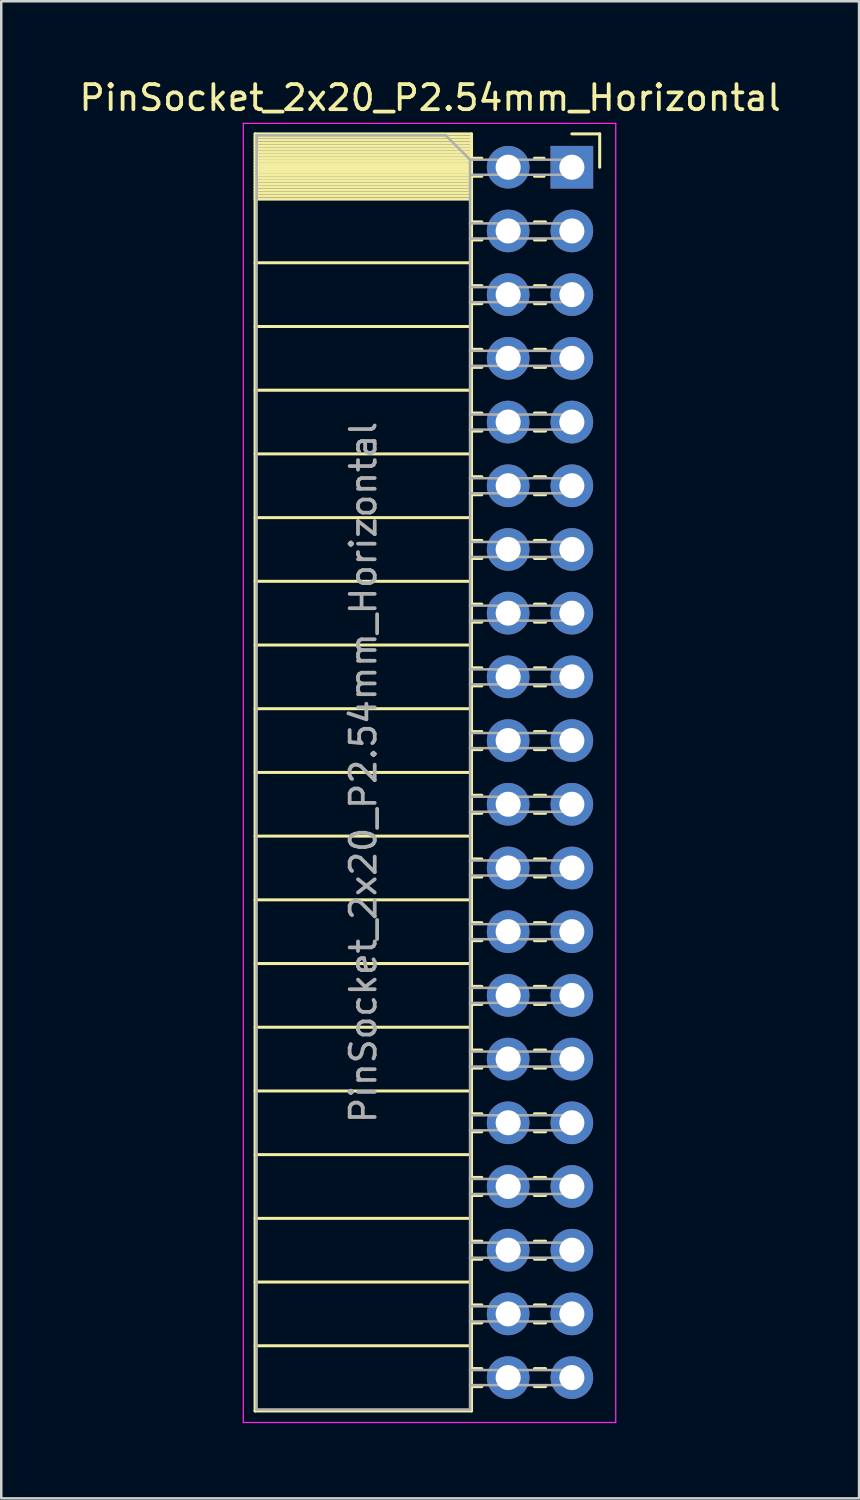
<source format=kicad_pcb>
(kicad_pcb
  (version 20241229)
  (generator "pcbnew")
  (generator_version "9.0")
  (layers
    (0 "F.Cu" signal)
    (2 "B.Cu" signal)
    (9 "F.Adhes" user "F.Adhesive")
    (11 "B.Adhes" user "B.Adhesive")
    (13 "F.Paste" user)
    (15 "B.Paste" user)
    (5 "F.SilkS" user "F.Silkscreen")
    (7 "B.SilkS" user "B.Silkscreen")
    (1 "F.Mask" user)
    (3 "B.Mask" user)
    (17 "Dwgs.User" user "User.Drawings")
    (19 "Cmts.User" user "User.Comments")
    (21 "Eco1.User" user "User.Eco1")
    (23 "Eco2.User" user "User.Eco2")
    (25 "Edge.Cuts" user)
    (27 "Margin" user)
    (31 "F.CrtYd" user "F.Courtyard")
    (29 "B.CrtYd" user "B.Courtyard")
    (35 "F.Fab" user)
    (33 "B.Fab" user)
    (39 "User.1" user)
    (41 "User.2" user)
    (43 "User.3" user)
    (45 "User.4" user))
  (footprint "PinSocket_2x20_P2.54mm_Horizontal"
    (layer "F.Cu")
    (at 19.751 3.618)
    (property "Reference" "PinSocket_2x20_P2.54mm_Horizontal" (at -5.65 -2.77 0) (layer "F.SilkS") (effects (font (size 1 1) (thickness 0.15))))
    (attr through_hole)
    (fp_line (start -12.63 -1.33) (end -12.63 49.59) (stroke (width 0.12) (type solid)) (layer "F.SilkS"))
    (fp_line (start -12.63 -1.33) (end -4 -1.33) (stroke (width 0.12) (type solid)) (layer "F.SilkS"))
    (fp_line (start -12.63 -1.21) (end -4 -1.21) (stroke (width 0.12) (type solid)) (layer "F.SilkS"))
    (fp_line (start -12.63 -1.092) (end -4 -1.092) (stroke (width 0.12) (type solid)) (layer "F.SilkS"))
    (fp_line (start -12.63 -0.974) (end -4 -0.974) (stroke (width 0.12) (type solid)) (layer "F.SilkS"))
    (fp_line (start -12.63 -0.856) (end -4 -0.856) (stroke (width 0.12) (type solid)) (layer "F.SilkS"))
    (fp_line (start -12.63 -0.738) (end -4 -0.738) (stroke (width 0.12) (type solid)) (layer "F.SilkS"))
    (fp_line (start -12.63 -0.62) (end -4 -0.62) (stroke (width 0.12) (type solid)) (layer "F.SilkS"))
    (fp_line (start -12.63 -0.501) (end -4 -0.501) (stroke (width 0.12) (type solid)) (layer "F.SilkS"))
    (fp_line (start -12.63 -0.383) (end -4 -0.383) (stroke (width 0.12) (type solid)) (layer "F.SilkS"))
    (fp_line (start -12.63 -0.265) (end -4 -0.265) (stroke (width 0.12) (type solid)) (layer "F.SilkS"))
    (fp_line (start -12.63 -0.147) (end -4 -0.147) (stroke (width 0.12) (type solid)) (layer "F.SilkS"))
    (fp_line (start -12.63 -0.029) (end -4 -0.029) (stroke (width 0.12) (type solid)) (layer "F.SilkS"))
    (fp_line (start -12.63 0.089) (end -4 0.089) (stroke (width 0.12) (type solid)) (layer "F.SilkS"))
    (fp_line (start -12.63 0.207) (end -4 0.207) (stroke (width 0.12) (type solid)) (layer "F.SilkS"))
    (fp_line (start -12.63 0.325) (end -4 0.325) (stroke (width 0.12) (type solid)) (layer "F.SilkS"))
    (fp_line (start -12.63 0.443) (end -4 0.443) (stroke (width 0.12) (type solid)) (layer "F.SilkS"))
    (fp_line (start -12.63 0.561) (end -4 0.561) (stroke (width 0.12) (type solid)) (layer "F.SilkS"))
    (fp_line (start -12.63 0.68) (end -4 0.68) (stroke (width 0.12) (type solid)) (layer "F.SilkS"))
    (fp_line (start -12.63 0.798) (end -4 0.798) (stroke (width 0.12) (type solid)) (layer "F.SilkS"))
    (fp_line (start -12.63 0.916) (end -4 0.916) (stroke (width 0.12) (type solid)) (layer "F.SilkS"))
    (fp_line (start -12.63 1.034) (end -4 1.034) (stroke (width 0.12) (type solid)) (layer "F.SilkS"))
    (fp_line (start -12.63 1.152) (end -4 1.152) (stroke (width 0.12) (type solid)) (layer "F.SilkS"))
    (fp_line (start -12.63 1.27) (end -4 1.27) (stroke (width 0.12) (type solid)) (layer "F.SilkS"))
    (fp_line (start -12.63 3.81) (end -4 3.81) (stroke (width 0.12) (type solid)) (layer "F.SilkS"))
    (fp_line (start -12.63 6.35) (end -4 6.35) (stroke (width 0.12) (type solid)) (layer "F.SilkS"))
    (fp_line (start -12.63 8.89) (end -4 8.89) (stroke (width 0.12) (type solid)) (layer "F.SilkS"))
    (fp_line (start -12.63 11.43) (end -4 11.43) (stroke (width 0.12) (type solid)) (layer "F.SilkS"))
    (fp_line (start -12.63 13.97) (end -4 13.97) (stroke (width 0.12) (type solid)) (layer "F.SilkS"))
    (fp_line (start -12.63 16.51) (end -4 16.51) (stroke (width 0.12) (type solid)) (layer "F.SilkS"))
    (fp_line (start -12.63 19.05) (end -4 19.05) (stroke (width 0.12) (type solid)) (layer "F.SilkS"))
    (fp_line (start -12.63 21.59) (end -4 21.59) (stroke (width 0.12) (type solid)) (layer "F.SilkS"))
    (fp_line (start -12.63 24.13) (end -4 24.13) (stroke (width 0.12) (type solid)) (layer "F.SilkS"))
    (fp_line (start -12.63 26.67) (end -4 26.67) (stroke (width 0.12) (type solid)) (layer "F.SilkS"))
    (fp_line (start -12.63 29.21) (end -4 29.21) (stroke (width 0.12) (type solid)) (layer "F.SilkS"))
    (fp_line (start -12.63 31.75) (end -4 31.75) (stroke (width 0.12) (type solid)) (layer "F.SilkS"))
    (fp_line (start -12.63 34.29) (end -4 34.29) (stroke (width 0.12) (type solid)) (layer "F.SilkS"))
    (fp_line (start -12.63 36.83) (end -4 36.83) (stroke (width 0.12) (type solid)) (layer "F.SilkS"))
    (fp_line (start -12.63 39.37) (end -4 39.37) (stroke (width 0.12) (type solid)) (layer "F.SilkS"))
    (fp_line (start -12.63 41.91) (end -4 41.91) (stroke (width 0.12) (type solid)) (layer "F.SilkS"))
    (fp_line (start -12.63 44.45) (end -4 44.45) (stroke (width 0.12) (type solid)) (layer "F.SilkS"))
    (fp_line (start -12.63 46.99) (end -4 46.99) (stroke (width 0.12) (type solid)) (layer "F.SilkS"))
    (fp_line (start -12.63 49.59) (end -4 49.59) (stroke (width 0.12) (type solid)) (layer "F.SilkS"))
    (fp_line (start -4 -1.33) (end -4 49.59) (stroke (width 0.12) (type solid)) (layer "F.SilkS"))
    (fp_line (start -4 -0.36) (end -3.59 -0.36) (stroke (width 0.12) (type solid)) (layer "F.SilkS"))
    (fp_line (start -4 0.36) (end -3.59 0.36) (stroke (width 0.12) (type solid)) (layer "F.SilkS"))
    (fp_line (start -4 2.18) (end -3.59 2.18) (stroke (width 0.12) (type solid)) (layer "F.SilkS"))
    (fp_line (start -4 2.9) (end -3.59 2.9) (stroke (width 0.12) (type solid)) (layer "F.SilkS"))
    (fp_line (start -4 4.72) (end -3.59 4.72) (stroke (width 0.12) (type solid)) (layer "F.SilkS"))
    (fp_line (start -4 5.44) (end -3.59 5.44) (stroke (width 0.12) (type solid)) (layer "F.SilkS"))
    (fp_line (start -4 7.26) (end -3.59 7.26) (stroke (width 0.12) (type solid)) (layer "F.SilkS"))
    (fp_line (start -4 7.98) (end -3.59 7.98) (stroke (width 0.12) (type solid)) (layer "F.SilkS"))
    (fp_line (start -4 9.8) (end -3.59 9.8) (stroke (width 0.12) (type solid)) (layer "F.SilkS"))
    (fp_line (start -4 10.52) (end -3.59 10.52) (stroke (width 0.12) (type solid)) (layer "F.SilkS"))
    (fp_line (start -4 12.34) (end -3.59 12.34) (stroke (width 0.12) (type solid)) (layer "F.SilkS"))
    (fp_line (start -4 13.06) (end -3.59 13.06) (stroke (width 0.12) (type solid)) (layer "F.SilkS"))
    (fp_line (start -4 14.88) (end -3.59 14.88) (stroke (width 0.12) (type solid)) (layer "F.SilkS"))
    (fp_line (start -4 15.6) (end -3.59 15.6) (stroke (width 0.12) (type solid)) (layer "F.SilkS"))
    (fp_line (start -4 17.42) (end -3.59 17.42) (stroke (width 0.12) (type solid)) (layer "F.SilkS"))
    (fp_line (start -4 18.14) (end -3.59 18.14) (stroke (width 0.12) (type solid)) (layer "F.SilkS"))
    (fp_line (start -4 19.96) (end -3.59 19.96) (stroke (width 0.12) (type solid)) (layer "F.SilkS"))
    (fp_line (start -4 20.68) (end -3.59 20.68) (stroke (width 0.12) (type solid)) (layer "F.SilkS"))
    (fp_line (start -4 22.5) (end -3.59 22.5) (stroke (width 0.12) (type solid)) (layer "F.SilkS"))
    (fp_line (start -4 23.22) (end -3.59 23.22) (stroke (width 0.12) (type solid)) (layer "F.SilkS"))
    (fp_line (start -4 25.04) (end -3.59 25.04) (stroke (width 0.12) (type solid)) (layer "F.SilkS"))
    (fp_line (start -4 25.76) (end -3.59 25.76) (stroke (width 0.12) (type solid)) (layer "F.SilkS"))
    (fp_line (start -4 27.58) (end -3.59 27.58) (stroke (width 0.12) (type solid)) (layer "F.SilkS"))
    (fp_line (start -4 28.3) (end -3.59 28.3) (stroke (width 0.12) (type solid)) (layer "F.SilkS"))
    (fp_line (start -4 30.12) (end -3.59 30.12) (stroke (width 0.12) (type solid)) (layer "F.SilkS"))
    (fp_line (start -4 30.84) (end -3.59 30.84) (stroke (width 0.12) (type solid)) (layer "F.SilkS"))
    (fp_line (start -4 32.66) (end -3.59 32.66) (stroke (width 0.12) (type solid)) (layer "F.SilkS"))
    (fp_line (start -4 33.38) (end -3.59 33.38) (stroke (width 0.12) (type solid)) (layer "F.SilkS"))
    (fp_line (start -4 35.2) (end -3.59 35.2) (stroke (width 0.12) (type solid)) (layer "F.SilkS"))
    (fp_line (start -4 35.92) (end -3.59 35.92) (stroke (width 0.12) (type solid)) (layer "F.SilkS"))
    (fp_line (start -4 37.74) (end -3.59 37.74) (stroke (width 0.12) (type solid)) (layer "F.SilkS"))
    (fp_line (start -4 38.46) (end -3.59 38.46) (stroke (width 0.12) (type solid)) (layer "F.SilkS"))
    (fp_line (start -4 40.28) (end -3.59 40.28) (stroke (width 0.12) (type solid)) (layer "F.SilkS"))
    (fp_line (start -4 41) (end -3.59 41) (stroke (width 0.12) (type solid)) (layer "F.SilkS"))
    (fp_line (start -4 42.82) (end -3.59 42.82) (stroke (width 0.12) (type solid)) (layer "F.SilkS"))
    (fp_line (start -4 43.54) (end -3.59 43.54) (stroke (width 0.12) (type solid)) (layer "F.SilkS"))
    (fp_line (start -4 45.36) (end -3.59 45.36) (stroke (width 0.12) (type solid)) (layer "F.SilkS"))
    (fp_line (start -4 46.08) (end -3.59 46.08) (stroke (width 0.12) (type solid)) (layer "F.SilkS"))
    (fp_line (start -4 47.9) (end -3.59 47.9) (stroke (width 0.12) (type solid)) (layer "F.SilkS"))
    (fp_line (start -4 48.62) (end -3.59 48.62) (stroke (width 0.12) (type solid)) (layer "F.SilkS"))
    (fp_line (start -1.49 -0.36) (end -1.11 -0.36) (stroke (width 0.12) (type solid)) (layer "F.SilkS"))
    (fp_line (start -1.49 0.36) (end -1.11 0.36) (stroke (width 0.12) (type solid)) (layer "F.SilkS"))
    (fp_line (start -1.49 2.18) (end -1.05 2.18) (stroke (width 0.12) (type solid)) (layer "F.SilkS"))
    (fp_line (start -1.49 2.9) (end -1.05 2.9) (stroke (width 0.12) (type solid)) (layer "F.SilkS"))
    (fp_line (start -1.49 4.72) (end -1.05 4.72) (stroke (width 0.12) (type solid)) (layer "F.SilkS"))
    (fp_line (start -1.49 5.44) (end -1.05 5.44) (stroke (width 0.12) (type solid)) (layer "F.SilkS"))
    (fp_line (start -1.49 7.26) (end -1.05 7.26) (stroke (width 0.12) (type solid)) (layer "F.SilkS"))
    (fp_line (start -1.49 7.98) (end -1.05 7.98) (stroke (width 0.12) (type solid)) (layer "F.SilkS"))
    (fp_line (start -1.49 9.8) (end -1.05 9.8) (stroke (width 0.12) (type solid)) (layer "F.SilkS"))
    (fp_line (start -1.49 10.52) (end -1.05 10.52) (stroke (width 0.12) (type solid)) (layer "F.SilkS"))
    (fp_line (start -1.49 12.34) (end -1.05 12.34) (stroke (width 0.12) (type solid)) (layer "F.SilkS"))
    (fp_line (start -1.49 13.06) (end -1.05 13.06) (stroke (width 0.12) (type solid)) (layer "F.SilkS"))
    (fp_line (start -1.49 14.88) (end -1.05 14.88) (stroke (width 0.12) (type solid)) (layer "F.SilkS"))
    (fp_line (start -1.49 15.6) (end -1.05 15.6) (stroke (width 0.12) (type solid)) (layer "F.SilkS"))
    (fp_line (start -1.49 17.42) (end -1.05 17.42) (stroke (width 0.12) (type solid)) (layer "F.SilkS"))
    (fp_line (start -1.49 18.14) (end -1.05 18.14) (stroke (width 0.12) (type solid)) (layer "F.SilkS"))
    (fp_line (start -1.49 19.96) (end -1.05 19.96) (stroke (width 0.12) (type solid)) (layer "F.SilkS"))
    (fp_line (start -1.49 20.68) (end -1.05 20.68) (stroke (width 0.12) (type solid)) (layer "F.SilkS"))
    (fp_line (start -1.49 22.5) (end -1.05 22.5) (stroke (width 0.12) (type solid)) (layer "F.SilkS"))
    (fp_line (start -1.49 23.22) (end -1.05 23.22) (stroke (width 0.12) (type solid)) (layer "F.SilkS"))
    (fp_line (start -1.49 25.04) (end -1.05 25.04) (stroke (width 0.12) (type solid)) (layer "F.SilkS"))
    (fp_line (start -1.49 25.76) (end -1.05 25.76) (stroke (width 0.12) (type solid)) (layer "F.SilkS"))
    (fp_line (start -1.49 27.58) (end -1.05 27.58) (stroke (width 0.12) (type solid)) (layer "F.SilkS"))
    (fp_line (start -1.49 28.3) (end -1.05 28.3) (stroke (width 0.12) (type solid)) (layer "F.SilkS"))
    (fp_line (start -1.49 30.12) (end -1.05 30.12) (stroke (width 0.12) (type solid)) (layer "F.SilkS"))
    (fp_line (start -1.49 30.84) (end -1.05 30.84) (stroke (width 0.12) (type solid)) (layer "F.SilkS"))
    (fp_line (start -1.49 32.66) (end -1.05 32.66) (stroke (width 0.12) (type solid)) (layer "F.SilkS"))
    (fp_line (start -1.49 33.38) (end -1.05 33.38) (stroke (width 0.12) (type solid)) (layer "F.SilkS"))
    (fp_line (start -1.49 35.2) (end -1.05 35.2) (stroke (width 0.12) (type solid)) (layer "F.SilkS"))
    (fp_line (start -1.49 35.92) (end -1.05 35.92) (stroke (width 0.12) (type solid)) (layer "F.SilkS"))
    (fp_line (start -1.49 37.74) (end -1.05 37.74) (stroke (width 0.12) (type solid)) (layer "F.SilkS"))
    (fp_line (start -1.49 38.46) (end -1.05 38.46) (stroke (width 0.12) (type solid)) (layer "F.SilkS"))
    (fp_line (start -1.49 40.28) (end -1.05 40.28) (stroke (width 0.12) (type solid)) (layer "F.SilkS"))
    (fp_line (start -1.49 41) (end -1.05 41) (stroke (width 0.12) (type solid)) (layer "F.SilkS"))
    (fp_line (start -1.49 42.82) (end -1.05 42.82) (stroke (width 0.12) (type solid)) (layer "F.SilkS"))
    (fp_line (start -1.49 43.54) (end -1.05 43.54) (stroke (width 0.12) (type solid)) (layer "F.SilkS"))
    (fp_line (start -1.49 45.36) (end -1.05 45.36) (stroke (width 0.12) (type solid)) (layer "F.SilkS"))
    (fp_line (start -1.49 46.08) (end -1.05 46.08) (stroke (width 0.12) (type solid)) (layer "F.SilkS"))
    (fp_line (start -1.49 47.9) (end -1.05 47.9) (stroke (width 0.12) (type solid)) (layer "F.SilkS"))
    (fp_line (start -1.49 48.62) (end -1.05 48.62) (stroke (width 0.12) (type solid)) (layer "F.SilkS"))
    (fp_line (start 0 -1.33) (end 1.11 -1.33) (stroke (width 0.12) (type solid)) (layer "F.SilkS"))
    (fp_line (start 1.11 -1.33) (end 1.11 0) (stroke (width 0.12) (type solid)) (layer "F.SilkS"))
    (fp_line (start -13.1 -1.75) (end -13.1 50.05) (stroke (width 0.05) (type solid)) (layer "F.CrtYd"))
    (fp_line (start -13.1 50.05) (end 1.75 50.05) (stroke (width 0.05) (type solid)) (layer "F.CrtYd"))
    (fp_line (start 1.75 -1.75) (end -13.1 -1.75) (stroke (width 0.05) (type solid)) (layer "F.CrtYd"))
    (fp_line (start 1.75 50.05) (end 1.75 -1.75) (stroke (width 0.05) (type solid)) (layer "F.CrtYd"))
    (fp_line (start -12.57 -1.27) (end -5.03 -1.27) (stroke (width 0.1) (type solid)) (layer "F.Fab"))
    (fp_line (start -12.57 49.53) (end -12.57 -1.27) (stroke (width 0.1) (type solid)) (layer "F.Fab"))
    (fp_line (start -5.03 -1.27) (end -4.06 -0.3) (stroke (width 0.1) (type solid)) (layer "F.Fab"))
    (fp_line (start -4.06 -0.3) (end -4.06 49.53) (stroke (width 0.1) (type solid)) (layer "F.Fab"))
    (fp_line (start -4.06 0.3) (end 0 0.3) (stroke (width 0.1) (type solid)) (layer "F.Fab"))
    (fp_line (start -4.06 2.84) (end 0 2.84) (stroke (width 0.1) (type solid)) (layer "F.Fab"))
    (fp_line (start -4.06 5.38) (end 0 5.38) (stroke (width 0.1) (type solid)) (layer "F.Fab"))
    (fp_line (start -4.06 7.92) (end 0 7.92) (stroke (width 0.1) (type solid)) (layer "F.Fab"))
    (fp_line (start -4.06 10.46) (end 0 10.46) (stroke (width 0.1) (type solid)) (layer "F.Fab"))
    (fp_line (start -4.06 13) (end 0 13) (stroke (width 0.1) (type solid)) (layer "F.Fab"))
    (fp_line (start -4.06 15.54) (end 0 15.54) (stroke (width 0.1) (type solid)) (layer "F.Fab"))
    (fp_line (start -4.06 18.08) (end 0 18.08) (stroke (width 0.1) (type solid)) (layer "F.Fab"))
    (fp_line (start -4.06 20.62) (end 0 20.62) (stroke (width 0.1) (type solid)) (layer "F.Fab"))
    (fp_line (start -4.06 23.16) (end 0 23.16) (stroke (width 0.1) (type solid)) (layer "F.Fab"))
    (fp_line (start -4.06 25.7) (end 0 25.7) (stroke (width 0.1) (type solid)) (layer "F.Fab"))
    (fp_line (start -4.06 28.24) (end 0 28.24) (stroke (width 0.1) (type solid)) (layer "F.Fab"))
    (fp_line (start -4.06 30.78) (end 0 30.78) (stroke (width 0.1) (type solid)) (layer "F.Fab"))
    (fp_line (start -4.06 33.32) (end 0 33.32) (stroke (width 0.1) (type solid)) (layer "F.Fab"))
    (fp_line (start -4.06 35.86) (end 0 35.86) (stroke (width 0.1) (type solid)) (layer "F.Fab"))
    (fp_line (start -4.06 38.4) (end 0 38.4) (stroke (width 0.1) (type solid)) (layer "F.Fab"))
    (fp_line (start -4.06 40.94) (end 0 40.94) (stroke (width 0.1) (type solid)) (layer "F.Fab"))
    (fp_line (start -4.06 43.48) (end 0 43.48) (stroke (width 0.1) (type solid)) (layer "F.Fab"))
    (fp_line (start -4.06 46.02) (end 0 46.02) (stroke (width 0.1) (type solid)) (layer "F.Fab"))
    (fp_line (start -4.06 48.56) (end 0 48.56) (stroke (width 0.1) (type solid)) (layer "F.Fab"))
    (fp_line (start -4.06 49.53) (end -12.57 49.53) (stroke (width 0.1) (type solid)) (layer "F.Fab"))
    (fp_line (start 0 -0.3) (end -4.06 -0.3) (stroke (width 0.1) (type solid)) (layer "F.Fab"))
    (fp_line (start 0 0.3) (end 0 -0.3) (stroke (width 0.1) (type solid)) (layer "F.Fab"))
    (fp_line (start 0 2.24) (end -4.06 2.24) (stroke (width 0.1) (type solid)) (layer "F.Fab"))
    (fp_line (start 0 2.84) (end 0 2.24) (stroke (width 0.1) (type solid)) (layer "F.Fab"))
    (fp_line (start 0 4.78) (end -4.06 4.78) (stroke (width 0.1) (type solid)) (layer "F.Fab"))
    (fp_line (start 0 5.38) (end 0 4.78) (stroke (width 0.1) (type solid)) (layer "F.Fab"))
    (fp_line (start 0 7.32) (end -4.06 7.32) (stroke (width 0.1) (type solid)) (layer "F.Fab"))
    (fp_line (start 0 7.92) (end 0 7.32) (stroke (width 0.1) (type solid)) (layer "F.Fab"))
    (fp_line (start 0 9.86) (end -4.06 9.86) (stroke (width 0.1) (type solid)) (layer "F.Fab"))
    (fp_line (start 0 10.46) (end 0 9.86) (stroke (width 0.1) (type solid)) (layer "F.Fab"))
    (fp_line (start 0 12.4) (end -4.06 12.4) (stroke (width 0.1) (type solid)) (layer "F.Fab"))
    (fp_line (start 0 13) (end 0 12.4) (stroke (width 0.1) (type solid)) (layer "F.Fab"))
    (fp_line (start 0 14.94) (end -4.06 14.94) (stroke (width 0.1) (type solid)) (layer "F.Fab"))
    (fp_line (start 0 15.54) (end 0 14.94) (stroke (width 0.1) (type solid)) (layer "F.Fab"))
    (fp_line (start 0 17.48) (end -4.06 17.48) (stroke (width 0.1) (type solid)) (layer "F.Fab"))
    (fp_line (start 0 18.08) (end 0 17.48) (stroke (width 0.1) (type solid)) (layer "F.Fab"))
    (fp_line (start 0 20.02) (end -4.06 20.02) (stroke (width 0.1) (type solid)) (layer "F.Fab"))
    (fp_line (start 0 20.62) (end 0 20.02) (stroke (width 0.1) (type solid)) (layer "F.Fab"))
    (fp_line (start 0 22.56) (end -4.06 22.56) (stroke (width 0.1) (type solid)) (layer "F.Fab"))
    (fp_line (start 0 23.16) (end 0 22.56) (stroke (width 0.1) (type solid)) (layer "F.Fab"))
    (fp_line (start 0 25.1) (end -4.06 25.1) (stroke (width 0.1) (type solid)) (layer "F.Fab"))
    (fp_line (start 0 25.7) (end 0 25.1) (stroke (width 0.1) (type solid)) (layer "F.Fab"))
    (fp_line (start 0 27.64) (end -4.06 27.64) (stroke (width 0.1) (type solid)) (layer "F.Fab"))
    (fp_line (start 0 28.24) (end 0 27.64) (stroke (width 0.1) (type solid)) (layer "F.Fab"))
    (fp_line (start 0 30.18) (end -4.06 30.18) (stroke (width 0.1) (type solid)) (layer "F.Fab"))
    (fp_line (start 0 30.78) (end 0 30.18) (stroke (width 0.1) (type solid)) (layer "F.Fab"))
    (fp_line (start 0 32.72) (end -4.06 32.72) (stroke (width 0.1) (type solid)) (layer "F.Fab"))
    (fp_line (start 0 33.32) (end 0 32.72) (stroke (width 0.1) (type solid)) (layer "F.Fab"))
    (fp_line (start 0 35.26) (end -4.06 35.26) (stroke (width 0.1) (type solid)) (layer "F.Fab"))
    (fp_line (start 0 35.86) (end 0 35.26) (stroke (width 0.1) (type solid)) (layer "F.Fab"))
    (fp_line (start 0 37.8) (end -4.06 37.8) (stroke (width 0.1) (type solid)) (layer "F.Fab"))
    (fp_line (start 0 38.4) (end 0 37.8) (stroke (width 0.1) (type solid)) (layer "F.Fab"))
    (fp_line (start 0 40.34) (end -4.06 40.34) (stroke (width 0.1) (type solid)) (layer "F.Fab"))
    (fp_line (start 0 40.94) (end 0 40.34) (stroke (width 0.1) (type solid)) (layer "F.Fab"))
    (fp_line (start 0 42.88) (end -4.06 42.88) (stroke (width 0.1) (type solid)) (layer "F.Fab"))
    (fp_line (start 0 43.48) (end 0 42.88) (stroke (width 0.1) (type solid)) (layer "F.Fab"))
    (fp_line (start 0 45.42) (end -4.06 45.42) (stroke (width 0.1) (type solid)) (layer "F.Fab"))
    (fp_line (start 0 46.02) (end 0 45.42) (stroke (width 0.1) (type solid)) (layer "F.Fab"))
    (fp_line (start 0 47.96) (end -4.06 47.96) (stroke (width 0.1) (type solid)) (layer "F.Fab"))
    (fp_line (start 0 48.56) (end 0 47.96) (stroke (width 0.1) (type solid)) (layer "F.Fab"))
    (fp_text user "${REFERENCE}" (at -8.315 24.13 90) (layer "F.Fab") (effects (font (size 1 1) (thickness 0.15))))
    (pad "1" thru_hole rect (at 0 0) (size 1.7 1.7) (drill 1) (layers "*.Cu" "*.Mask"))
    (pad "2" thru_hole circle (at -2.54 0) (size 1.7 1.7) (drill 1) (layers "*.Cu" "*.Mask"))
    (pad "3" thru_hole circle (at 0 2.54) (size 1.7 1.7) (drill 1) (layers "*.Cu" "*.Mask"))
    (pad "4" thru_hole circle (at -2.54 2.54) (size 1.7 1.7) (drill 1) (layers "*.Cu" "*.Mask"))
    (pad "5" thru_hole circle (at 0 5.08) (size 1.7 1.7) (drill 1) (layers "*.Cu" "*.Mask"))
    (pad "6" thru_hole circle (at -2.54 5.08) (size 1.7 1.7) (drill 1) (layers "*.Cu" "*.Mask"))
    (pad "7" thru_hole circle (at 0 7.62) (size 1.7 1.7) (drill 1) (layers "*.Cu" "*.Mask"))
    (pad "8" thru_hole circle (at -2.54 7.62) (size 1.7 1.7) (drill 1) (layers "*.Cu" "*.Mask"))
    (pad "9" thru_hole circle (at 0 10.16) (size 1.7 1.7) (drill 1) (layers "*.Cu" "*.Mask"))
    (pad "10" thru_hole circle (at -2.54 10.16) (size 1.7 1.7) (drill 1) (layers "*.Cu" "*.Mask"))
    (pad "11" thru_hole circle (at 0 12.7) (size 1.7 1.7) (drill 1) (layers "*.Cu" "*.Mask"))
    (pad "12" thru_hole circle (at -2.54 12.7) (size 1.7 1.7) (drill 1) (layers "*.Cu" "*.Mask"))
    (pad "13" thru_hole circle (at 0 15.24) (size 1.7 1.7) (drill 1) (layers "*.Cu" "*.Mask"))
    (pad "14" thru_hole circle (at -2.54 15.24) (size 1.7 1.7) (drill 1) (layers "*.Cu" "*.Mask"))
    (pad "15" thru_hole circle (at 0 17.78) (size 1.7 1.7) (drill 1) (layers "*.Cu" "*.Mask"))
    (pad "16" thru_hole circle (at -2.54 17.78) (size 1.7 1.7) (drill 1) (layers "*.Cu" "*.Mask"))
    (pad "17" thru_hole circle (at 0 20.32) (size 1.7 1.7) (drill 1) (layers "*.Cu" "*.Mask"))
    (pad "18" thru_hole circle (at -2.54 20.32) (size 1.7 1.7) (drill 1) (layers "*.Cu" "*.Mask"))
    (pad "19" thru_hole circle (at 0 22.86) (size 1.7 1.7) (drill 1) (layers "*.Cu" "*.Mask"))
    (pad "20" thru_hole circle (at -2.54 22.86) (size 1.7 1.7) (drill 1) (layers "*.Cu" "*.Mask"))
    (pad "21" thru_hole circle (at 0 25.4) (size 1.7 1.7) (drill 1) (layers "*.Cu" "*.Mask"))
    (pad "22" thru_hole circle (at -2.54 25.4) (size 1.7 1.7) (drill 1) (layers "*.Cu" "*.Mask"))
    (pad "23" thru_hole circle (at 0 27.94) (size 1.7 1.7) (drill 1) (layers "*.Cu" "*.Mask"))
    (pad "24" thru_hole circle (at -2.54 27.94) (size 1.7 1.7) (drill 1) (layers "*.Cu" "*.Mask"))
    (pad "25" thru_hole circle (at 0 30.48) (size 1.7 1.7) (drill 1) (layers "*.Cu" "*.Mask"))
    (pad "26" thru_hole circle (at -2.54 30.48) (size 1.7 1.7) (drill 1) (layers "*.Cu" "*.Mask"))
    (pad "27" thru_hole circle (at 0 33.02) (size 1.7 1.7) (drill 1) (layers "*.Cu" "*.Mask"))
    (pad "28" thru_hole circle (at -2.54 33.02) (size 1.7 1.7) (drill 1) (layers "*.Cu" "*.Mask"))
    (pad "29" thru_hole circle (at 0 35.56) (size 1.7 1.7) (drill 1) (layers "*.Cu" "*.Mask"))
    (pad "30" thru_hole circle (at -2.54 35.56) (size 1.7 1.7) (drill 1) (layers "*.Cu" "*.Mask"))
    (pad "31" thru_hole circle (at 0 38.1) (size 1.7 1.7) (drill 1) (layers "*.Cu" "*.Mask"))
    (pad "32" thru_hole circle (at -2.54 38.1) (size 1.7 1.7) (drill 1) (layers "*.Cu" "*.Mask"))
    (pad "33" thru_hole circle (at 0 40.64) (size 1.7 1.7) (drill 1) (layers "*.Cu" "*.Mask"))
    (pad "34" thru_hole circle (at -2.54 40.64) (size 1.7 1.7) (drill 1) (layers "*.Cu" "*.Mask"))
    (pad "35" thru_hole circle (at 0 43.18) (size 1.7 1.7) (drill 1) (layers "*.Cu" "*.Mask"))
    (pad "36" thru_hole circle (at -2.54 43.18) (size 1.7 1.7) (drill 1) (layers "*.Cu" "*.Mask"))
    (pad "37" thru_hole circle (at 0 45.72) (size 1.7 1.7) (drill 1) (layers "*.Cu" "*.Mask"))
    (pad "38" thru_hole circle (at -2.54 45.72) (size 1.7 1.7) (drill 1) (layers "*.Cu" "*.Mask"))
    (pad "39" thru_hole circle (at 0 48.26) (size 1.7 1.7) (drill 1) (layers "*.Cu" "*.Mask"))
    (pad "40" thru_hole circle (at -2.54 48.26) (size 1.7 1.7) (drill 1) (layers "*.Cu" "*.Mask")))
  (gr_rect
    (start -3 -3)
    (end 31.202 56.693)
    (stroke (width 0.1) (type default))
    (fill no)
    (layer "Edge.Cuts")))
</source>
